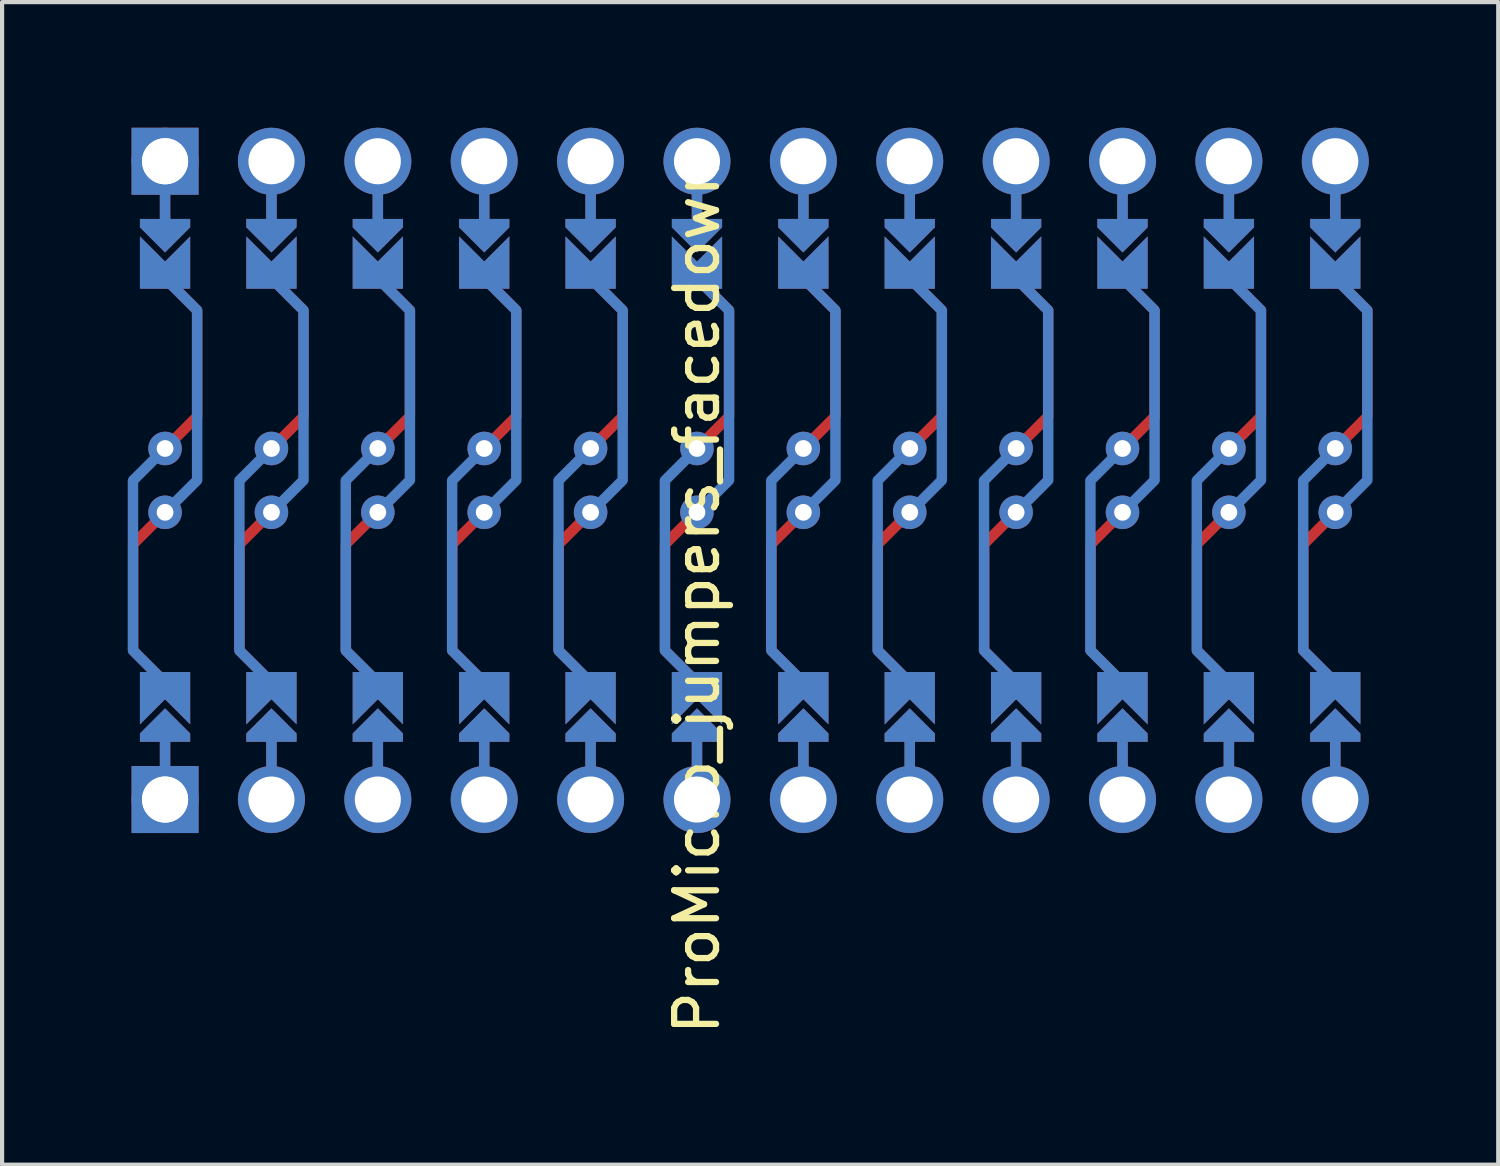
<source format=kicad_pcb>
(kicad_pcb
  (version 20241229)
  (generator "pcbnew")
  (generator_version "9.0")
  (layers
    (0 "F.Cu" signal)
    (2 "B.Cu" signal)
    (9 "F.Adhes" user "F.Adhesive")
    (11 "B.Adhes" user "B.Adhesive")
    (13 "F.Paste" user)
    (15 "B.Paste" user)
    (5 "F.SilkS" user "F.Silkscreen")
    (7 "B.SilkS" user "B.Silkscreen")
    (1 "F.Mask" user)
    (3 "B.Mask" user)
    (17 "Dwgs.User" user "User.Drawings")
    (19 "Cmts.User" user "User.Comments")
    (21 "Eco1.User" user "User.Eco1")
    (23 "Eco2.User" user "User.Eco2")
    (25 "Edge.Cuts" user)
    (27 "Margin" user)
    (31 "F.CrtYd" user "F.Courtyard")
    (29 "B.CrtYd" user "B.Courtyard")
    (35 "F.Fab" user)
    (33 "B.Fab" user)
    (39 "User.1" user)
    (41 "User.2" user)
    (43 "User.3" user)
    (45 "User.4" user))
  (footprint "ProMicro_jumpers_facedown"
    (layer "F.Cu")
    (at 14.861 8.42)
    (property "Reference" "ProMicro_jumpers_facedown" (at -1.27 2.762 90) (layer "F.SilkS") (effects (font (size 1 1) (thickness 0.15))))
    (attr through_hole)
    (fp_circle (center -13.97 -0.762) (end -13.845 -0.762) (stroke (width 0.25) (type solid)) (fill no) (layer "F.Mask"))
    (fp_circle (center -13.97 0.762) (end -13.845 0.762) (stroke (width 0.25) (type solid)) (fill no) (layer "F.Mask"))
    (fp_circle (center -11.43 -0.762) (end -11.305 -0.762) (stroke (width 0.25) (type solid)) (fill no) (layer "F.Mask"))
    (fp_circle (center -11.43 0.762) (end -11.305 0.762) (stroke (width 0.25) (type solid)) (fill no) (layer "F.Mask"))
    (fp_circle (center -8.89 -0.762) (end -8.765 -0.762) (stroke (width 0.25) (type solid)) (fill no) (layer "F.Mask"))
    (fp_circle (center -8.89 0.762) (end -8.765 0.762) (stroke (width 0.25) (type solid)) (fill no) (layer "F.Mask"))
    (fp_circle (center -6.35 -0.762) (end -6.225 -0.762) (stroke (width 0.25) (type solid)) (fill no) (layer "F.Mask"))
    (fp_circle (center -6.35 0.762) (end -6.225 0.762) (stroke (width 0.25) (type solid)) (fill no) (layer "F.Mask"))
    (fp_circle (center -3.81 -0.762) (end -3.685 -0.762) (stroke (width 0.25) (type solid)) (fill no) (layer "F.Mask"))
    (fp_circle (center -3.81 0.762) (end -3.685 0.762) (stroke (width 0.25) (type solid)) (fill no) (layer "F.Mask"))
    (fp_circle (center -1.27 -0.762) (end -1.145 -0.762) (stroke (width 0.25) (type solid)) (fill no) (layer "F.Mask"))
    (fp_circle (center -1.27 0.762) (end -1.145 0.762) (stroke (width 0.25) (type solid)) (fill no) (layer "F.Mask"))
    (fp_circle (center 1.27 -0.762) (end 1.395 -0.762) (stroke (width 0.25) (type solid)) (fill no) (layer "F.Mask"))
    (fp_circle (center 1.27 0.762) (end 1.395 0.762) (stroke (width 0.25) (type solid)) (fill no) (layer "F.Mask"))
    (fp_circle (center 3.81 -0.762) (end 3.935 -0.762) (stroke (width 0.25) (type solid)) (fill no) (layer "F.Mask"))
    (fp_circle (center 3.81 0.762) (end 3.935 0.762) (stroke (width 0.25) (type solid)) (fill no) (layer "F.Mask"))
    (fp_circle (center 6.35 -0.762) (end 6.475 -0.762) (stroke (width 0.25) (type solid)) (fill no) (layer "F.Mask"))
    (fp_circle (center 6.35 0.762) (end 6.475 0.762) (stroke (width 0.25) (type solid)) (fill no) (layer "F.Mask"))
    (fp_circle (center 8.89 -0.762) (end 9.015 -0.762) (stroke (width 0.25) (type solid)) (fill no) (layer "F.Mask"))
    (fp_circle (center 8.89 0.762) (end 9.015 0.762) (stroke (width 0.25) (type solid)) (fill no) (layer "F.Mask"))
    (fp_circle (center 11.43 -0.762) (end 11.555 -0.762) (stroke (width 0.25) (type solid)) (fill no) (layer "F.Mask"))
    (fp_circle (center 11.43 0.762) (end 11.555 0.762) (stroke (width 0.25) (type solid)) (fill no) (layer "F.Mask"))
    (fp_circle (center 13.97 -0.762) (end 14.095 -0.762) (stroke (width 0.25) (type solid)) (fill no) (layer "F.Mask"))
    (fp_circle (center 13.97 0.762) (end 14.095 0.762) (stroke (width 0.25) (type solid)) (fill no) (layer "F.Mask"))
    (fp_poly (pts (xy -14.478 5.08) (xy -13.462 5.08) (xy -13.462 6.096) (xy -14.478 6.096)) (stroke (width 0.1) (type solid)) (fill yes) (layer "F.Mask"))
    (fp_poly (pts (xy -13.462 -5.08) (xy -14.478 -5.08) (xy -14.478 -6.096) (xy -13.462 -6.096)) (stroke (width 0.1) (type solid)) (fill yes) (layer "F.Mask"))
    (fp_poly (pts (xy -11.938 5.08) (xy -10.922 5.08) (xy -10.922 6.096) (xy -11.938 6.096)) (stroke (width 0.1) (type solid)) (fill yes) (layer "F.Mask"))
    (fp_poly (pts (xy -10.922 -5.08) (xy -11.938 -5.08) (xy -11.938 -6.096) (xy -10.922 -6.096)) (stroke (width 0.1) (type solid)) (fill yes) (layer "F.Mask"))
    (fp_poly (pts (xy -9.398 5.08) (xy -8.382 5.08) (xy -8.382 6.096) (xy -9.398 6.096)) (stroke (width 0.1) (type solid)) (fill yes) (layer "F.Mask"))
    (fp_poly (pts (xy -8.382 -5.08) (xy -9.398 -5.08) (xy -9.398 -6.096) (xy -8.382 -6.096)) (stroke (width 0.1) (type solid)) (fill yes) (layer "F.Mask"))
    (fp_poly (pts (xy -6.858 5.08) (xy -5.842 5.08) (xy -5.842 6.096) (xy -6.858 6.096)) (stroke (width 0.1) (type solid)) (fill yes) (layer "F.Mask"))
    (fp_poly (pts (xy -5.842 -5.08) (xy -6.858 -5.08) (xy -6.858 -6.096) (xy -5.842 -6.096)) (stroke (width 0.1) (type solid)) (fill yes) (layer "F.Mask"))
    (fp_poly (pts (xy -4.318 5.08) (xy -3.302 5.08) (xy -3.302 6.096) (xy -4.318 6.096)) (stroke (width 0.1) (type solid)) (fill yes) (layer "F.Mask"))
    (fp_poly (pts (xy -3.302 -5.08) (xy -4.318 -5.08) (xy -4.318 -6.096) (xy -3.302 -6.096)) (stroke (width 0.1) (type solid)) (fill yes) (layer "F.Mask"))
    (fp_poly (pts (xy -1.778 5.08) (xy -0.762 5.08) (xy -0.762 6.096) (xy -1.778 6.096)) (stroke (width 0.1) (type solid)) (fill yes) (layer "F.Mask"))
    (fp_poly (pts (xy -0.762 -5.08) (xy -1.778 -5.08) (xy -1.778 -6.096) (xy -0.762 -6.096)) (stroke (width 0.1) (type solid)) (fill yes) (layer "F.Mask"))
    (fp_poly (pts (xy 0.762 5.08) (xy 1.778 5.08) (xy 1.778 6.096) (xy 0.762 6.096)) (stroke (width 0.1) (type solid)) (fill yes) (layer "F.Mask"))
    (fp_poly (pts (xy 1.778 -5.08) (xy 0.762 -5.08) (xy 0.762 -6.096) (xy 1.778 -6.096)) (stroke (width 0.1) (type solid)) (fill yes) (layer "F.Mask"))
    (fp_poly (pts (xy 3.302 5.08) (xy 4.318 5.08) (xy 4.318 6.096) (xy 3.302 6.096)) (stroke (width 0.1) (type solid)) (fill yes) (layer "F.Mask"))
    (fp_poly (pts (xy 4.318 -5.08) (xy 3.302 -5.08) (xy 3.302 -6.096) (xy 4.318 -6.096)) (stroke (width 0.1) (type solid)) (fill yes) (layer "F.Mask"))
    (fp_poly (pts (xy 5.842 5.08) (xy 6.858 5.08) (xy 6.858 6.096) (xy 5.842 6.096)) (stroke (width 0.1) (type solid)) (fill yes) (layer "F.Mask"))
    (fp_poly (pts (xy 6.858 -5.08) (xy 5.842 -5.08) (xy 5.842 -6.096) (xy 6.858 -6.096)) (stroke (width 0.1) (type solid)) (fill yes) (layer "F.Mask"))
    (fp_poly (pts (xy 8.382 5.08) (xy 9.398 5.08) (xy 9.398 6.096) (xy 8.382 6.096)) (stroke (width 0.1) (type solid)) (fill yes) (layer "F.Mask"))
    (fp_poly (pts (xy 9.398 -5.08) (xy 8.382 -5.08) (xy 8.382 -6.096) (xy 9.398 -6.096)) (stroke (width 0.1) (type solid)) (fill yes) (layer "F.Mask"))
    (fp_poly (pts (xy 10.922 5.08) (xy 11.938 5.08) (xy 11.938 6.096) (xy 10.922 6.096)) (stroke (width 0.1) (type solid)) (fill yes) (layer "F.Mask"))
    (fp_poly (pts (xy 11.938 -5.08) (xy 10.922 -5.08) (xy 10.922 -6.096) (xy 11.938 -6.096)) (stroke (width 0.1) (type solid)) (fill yes) (layer "F.Mask"))
    (fp_poly (pts (xy 13.462 5.08) (xy 14.478 5.08) (xy 14.478 6.096) (xy 13.462 6.096)) (stroke (width 0.1) (type solid)) (fill yes) (layer "F.Mask"))
    (fp_poly (pts (xy 14.478 -5.08) (xy 13.462 -5.08) (xy 13.462 -6.096) (xy 14.478 -6.096)) (stroke (width 0.1) (type solid)) (fill yes) (layer "F.Mask"))
    (fp_circle (center -13.97 -0.762) (end -13.845 -0.762) (stroke (width 0.25) (type solid)) (fill no) (layer "B.Mask"))
    (fp_circle (center -13.97 0.762) (end -13.845 0.762) (stroke (width 0.25) (type solid)) (fill no) (layer "B.Mask"))
    (fp_circle (center -11.43 -0.762) (end -11.305 -0.762) (stroke (width 0.25) (type solid)) (fill no) (layer "B.Mask"))
    (fp_circle (center -11.43 0.762) (end -11.305 0.762) (stroke (width 0.25) (type solid)) (fill no) (layer "B.Mask"))
    (fp_circle (center -8.89 -0.762) (end -8.765 -0.762) (stroke (width 0.25) (type solid)) (fill no) (layer "B.Mask"))
    (fp_circle (center -8.89 0.762) (end -8.765 0.762) (stroke (width 0.25) (type solid)) (fill no) (layer "B.Mask"))
    (fp_circle (center -6.35 -0.762) (end -6.225 -0.762) (stroke (width 0.25) (type solid)) (fill no) (layer "B.Mask"))
    (fp_circle (center -6.35 0.762) (end -6.225 0.762) (stroke (width 0.25) (type solid)) (fill no) (layer "B.Mask"))
    (fp_circle (center -3.81 -0.762) (end -3.685 -0.762) (stroke (width 0.25) (type solid)) (fill no) (layer "B.Mask"))
    (fp_circle (center -3.81 0.762) (end -3.685 0.762) (stroke (width 0.25) (type solid)) (fill no) (layer "B.Mask"))
    (fp_circle (center -1.27 -0.762) (end -1.145 -0.762) (stroke (width 0.25) (type solid)) (fill no) (layer "B.Mask"))
    (fp_circle (center -1.27 0.762) (end -1.145 0.762) (stroke (width 0.25) (type solid)) (fill no) (layer "B.Mask"))
    (fp_circle (center 1.27 -0.762) (end 1.395 -0.762) (stroke (width 0.25) (type solid)) (fill no) (layer "B.Mask"))
    (fp_circle (center 1.27 0.762) (end 1.395 0.762) (stroke (width 0.25) (type solid)) (fill no) (layer "B.Mask"))
    (fp_circle (center 3.81 -0.762) (end 3.935 -0.762) (stroke (width 0.25) (type solid)) (fill no) (layer "B.Mask"))
    (fp_circle (center 3.81 0.762) (end 3.935 0.762) (stroke (width 0.25) (type solid)) (fill no) (layer "B.Mask"))
    (fp_circle (center 6.35 -0.762) (end 6.475 -0.762) (stroke (width 0.25) (type solid)) (fill no) (layer "B.Mask"))
    (fp_circle (center 6.35 0.762) (end 6.475 0.762) (stroke (width 0.25) (type solid)) (fill no) (layer "B.Mask"))
    (fp_circle (center 8.89 -0.762) (end 9.015 -0.762) (stroke (width 0.25) (type solid)) (fill no) (layer "B.Mask"))
    (fp_circle (center 8.89 0.762) (end 9.015 0.762) (stroke (width 0.25) (type solid)) (fill no) (layer "B.Mask"))
    (fp_circle (center 11.43 -0.762) (end 11.555 -0.762) (stroke (width 0.25) (type solid)) (fill no) (layer "B.Mask"))
    (fp_circle (center 11.43 0.762) (end 11.555 0.762) (stroke (width 0.25) (type solid)) (fill no) (layer "B.Mask"))
    (fp_circle (center 13.97 -0.762) (end 14.095 -0.762) (stroke (width 0.25) (type solid)) (fill no) (layer "B.Mask"))
    (fp_circle (center 13.97 0.762) (end 14.095 0.762) (stroke (width 0.25) (type solid)) (fill no) (layer "B.Mask"))
    (fp_poly (pts (xy -14.478 5.08) (xy -13.462 5.08) (xy -13.462 6.096) (xy -14.478 6.096)) (stroke (width 0.1) (type solid)) (fill yes) (layer "B.Mask"))
    (fp_poly (pts (xy -13.462 -5.08) (xy -14.478 -5.08) (xy -14.478 -6.096) (xy -13.462 -6.096)) (stroke (width 0.1) (type solid)) (fill yes) (layer "B.Mask"))
    (fp_poly (pts (xy -11.938 5.08) (xy -10.922 5.08) (xy -10.922 6.096) (xy -11.938 6.096)) (stroke (width 0.1) (type solid)) (fill yes) (layer "B.Mask"))
    (fp_poly (pts (xy -10.922 -5.08) (xy -11.938 -5.08) (xy -11.938 -6.096) (xy -10.922 -6.096)) (stroke (width 0.1) (type solid)) (fill yes) (layer "B.Mask"))
    (fp_poly (pts (xy -9.398 5.08) (xy -8.382 5.08) (xy -8.382 6.096) (xy -9.398 6.096)) (stroke (width 0.1) (type solid)) (fill yes) (layer "B.Mask"))
    (fp_poly (pts (xy -8.382 -5.08) (xy -9.398 -5.08) (xy -9.398 -6.096) (xy -8.382 -6.096)) (stroke (width 0.1) (type solid)) (fill yes) (layer "B.Mask"))
    (fp_poly (pts (xy -6.858 5.08) (xy -5.842 5.08) (xy -5.842 6.096) (xy -6.858 6.096)) (stroke (width 0.1) (type solid)) (fill yes) (layer "B.Mask"))
    (fp_poly (pts (xy -5.842 -5.08) (xy -6.858 -5.08) (xy -6.858 -6.096) (xy -5.842 -6.096)) (stroke (width 0.1) (type solid)) (fill yes) (layer "B.Mask"))
    (fp_poly (pts (xy -4.318 5.08) (xy -3.302 5.08) (xy -3.302 6.096) (xy -4.318 6.096)) (stroke (width 0.1) (type solid)) (fill yes) (layer "B.Mask"))
    (fp_poly (pts (xy -3.302 -5.08) (xy -4.318 -5.08) (xy -4.318 -6.096) (xy -3.302 -6.096)) (stroke (width 0.1) (type solid)) (fill yes) (layer "B.Mask"))
    (fp_poly (pts (xy -1.778 5.08) (xy -0.762 5.08) (xy -0.762 6.096) (xy -1.778 6.096)) (stroke (width 0.1) (type solid)) (fill yes) (layer "B.Mask"))
    (fp_poly (pts (xy -0.762 -5.08) (xy -1.778 -5.08) (xy -1.778 -6.096) (xy -0.762 -6.096)) (stroke (width 0.1) (type solid)) (fill yes) (layer "B.Mask"))
    (fp_poly (pts (xy 0.762 5.08) (xy 1.778 5.08) (xy 1.778 6.096) (xy 0.762 6.096)) (stroke (width 0.1) (type solid)) (fill yes) (layer "B.Mask"))
    (fp_poly (pts (xy 1.778 -5.08) (xy 0.762 -5.08) (xy 0.762 -6.096) (xy 1.778 -6.096)) (stroke (width 0.1) (type solid)) (fill yes) (layer "B.Mask"))
    (fp_poly (pts (xy 3.302 5.08) (xy 4.318 5.08) (xy 4.318 6.096) (xy 3.302 6.096)) (stroke (width 0.1) (type solid)) (fill yes) (layer "B.Mask"))
    (fp_poly (pts (xy 4.318 -5.08) (xy 3.302 -5.08) (xy 3.302 -6.096) (xy 4.318 -6.096)) (stroke (width 0.1) (type solid)) (fill yes) (layer "B.Mask"))
    (fp_poly (pts (xy 5.842 5.08) (xy 6.858 5.08) (xy 6.858 6.096) (xy 5.842 6.096)) (stroke (width 0.1) (type solid)) (fill yes) (layer "B.Mask"))
    (fp_poly (pts (xy 6.858 -5.08) (xy 5.842 -5.08) (xy 5.842 -6.096) (xy 6.858 -6.096)) (stroke (width 0.1) (type solid)) (fill yes) (layer "B.Mask"))
    (fp_poly (pts (xy 8.382 5.08) (xy 9.398 5.08) (xy 9.398 6.096) (xy 8.382 6.096)) (stroke (width 0.1) (type solid)) (fill yes) (layer "B.Mask"))
    (fp_poly (pts (xy 9.398 -5.08) (xy 8.382 -5.08) (xy 8.382 -6.096) (xy 9.398 -6.096)) (stroke (width 0.1) (type solid)) (fill yes) (layer "B.Mask"))
    (fp_poly (pts (xy 10.922 5.08) (xy 11.938 5.08) (xy 11.938 6.096) (xy 10.922 6.096)) (stroke (width 0.1) (type solid)) (fill yes) (layer "B.Mask"))
    (fp_poly (pts (xy 11.938 -5.08) (xy 10.922 -5.08) (xy 10.922 -6.096) (xy 11.938 -6.096)) (stroke (width 0.1) (type solid)) (fill yes) (layer "B.Mask"))
    (fp_poly (pts (xy 13.462 5.08) (xy 14.478 5.08) (xy 14.478 6.096) (xy 13.462 6.096)) (stroke (width 0.1) (type solid)) (fill yes) (layer "B.Mask"))
    (fp_poly (pts (xy 14.478 -5.08) (xy 13.462 -5.08) (xy 13.462 -6.096) (xy 14.478 -6.096)) (stroke (width 0.1) (type solid)) (fill yes) (layer "B.Mask"))
    (pad "" thru_hole circle (at -13.97 -7.62) (size 1.6 1.6) (drill 1.1) (layers "*.Cu" "*.Mask"))
    (pad "" thru_hole rect (at -13.97 -7.62) (size 1.6 1.6) (drill 1.1) (layers "B.Cu" "B.Mask"))
    (pad "" smd custom (at -13.97 -6.35) (size 0.25 1) (layers "F.Cu") (options (anchor rect)) (primitives))
    (pad "" smd custom (at -13.97 -6.35) (size 0.25 1) (layers "B.Cu") (options (anchor rect)) (primitives))
    (pad "" smd custom (at -13.97 -5.842) (size 0.1 0.1) (layers "F.Cu" "F.Mask") (options (anchor rect)) (primitives (gr_poly (pts (xy 0.6 -0.4) (xy -0.6 -0.4) (xy -0.6 -0.2) (xy 0 0.4) (xy 0.6 -0.2)) (width 0) (fill yes))))
    (pad "" smd custom (at -13.97 -5.842) (size 0.1 0.1) (layers "B.Cu" "B.Mask") (options (anchor rect)) (primitives (gr_poly (pts (xy 0.6 -0.4) (xy -0.6 -0.4) (xy -0.6 -0.2) (xy 0 0.4) (xy 0.6 -0.2)) (width 0) (fill yes))))
    (pad "" smd custom (at -13.97 5.842 180) (size 0.1 0.1) (layers "F.Cu" "F.Mask") (options (anchor rect)) (primitives (gr_poly (pts (xy 0.6 -0.4) (xy -0.6 -0.4) (xy -0.6 -0.2) (xy 0 0.4) (xy 0.6 -0.2)) (width 0) (fill yes))))
    (pad "" smd custom (at -13.97 5.842 180) (size 0.1 0.1) (layers "B.Cu" "B.Mask") (options (anchor rect)) (primitives (gr_poly (pts (xy 0.6 -0.4) (xy -0.6 -0.4) (xy -0.6 -0.2) (xy 0 0.4) (xy 0.6 -0.2)) (width 0) (fill yes))))
    (pad "" smd custom (at -13.97 6.35 180) (size 0.25 1) (layers "F.Cu") (options (anchor rect)) (primitives))
    (pad "" smd custom (at -13.97 6.35 180) (size 0.25 1) (layers "B.Cu") (options (anchor rect)) (primitives))
    (pad "" thru_hole circle (at -13.97 7.62) (size 1.6 1.6) (drill 1.1) (layers "*.Cu" "*.Mask"))
    (pad "" thru_hole rect (at -13.97 7.62) (size 1.6 1.6) (drill 1.1) (layers "F.Cu" "F.Mask"))
    (pad "" thru_hole circle (at -11.43 -7.62) (size 1.6 1.6) (drill 1.1) (layers "*.Cu" "*.Mask"))
    (pad "" smd custom (at -11.43 -6.35) (size 0.25 1) (layers "F.Cu") (options (anchor rect)) (primitives))
    (pad "" smd custom (at -11.43 -6.35) (size 0.25 1) (layers "B.Cu") (options (anchor rect)) (primitives))
    (pad "" smd custom (at -11.43 -5.842) (size 0.1 0.1) (layers "F.Cu" "F.Mask") (options (anchor rect)) (primitives (gr_poly (pts (xy 0.6 -0.4) (xy -0.6 -0.4) (xy -0.6 -0.2) (xy 0 0.4) (xy 0.6 -0.2)) (width 0) (fill yes))))
    (pad "" smd custom (at -11.43 -5.842) (size 0.1 0.1) (layers "B.Cu" "B.Mask") (options (anchor rect)) (primitives (gr_poly (pts (xy 0.6 -0.4) (xy -0.6 -0.4) (xy -0.6 -0.2) (xy 0 0.4) (xy 0.6 -0.2)) (width 0) (fill yes))))
    (pad "" smd custom (at -11.43 5.842 180) (size 0.1 0.1) (layers "F.Cu" "F.Mask") (options (anchor rect)) (primitives (gr_poly (pts (xy 0.6 -0.4) (xy -0.6 -0.4) (xy -0.6 -0.2) (xy 0 0.4) (xy 0.6 -0.2)) (width 0) (fill yes))))
    (pad "" smd custom (at -11.43 5.842 180) (size 0.1 0.1) (layers "B.Cu" "B.Mask") (options (anchor rect)) (primitives (gr_poly (pts (xy 0.6 -0.4) (xy -0.6 -0.4) (xy -0.6 -0.2) (xy 0 0.4) (xy 0.6 -0.2)) (width 0) (fill yes))))
    (pad "" smd custom (at -11.43 6.35 180) (size 0.25 1) (layers "F.Cu") (options (anchor rect)) (primitives))
    (pad "" smd custom (at -11.43 6.35 180) (size 0.25 1) (layers "B.Cu") (options (anchor rect)) (primitives))
    (pad "" thru_hole circle (at -11.43 7.62) (size 1.6 1.6) (drill 1.1) (layers "*.Cu" "*.Mask"))
    (pad "" thru_hole circle (at -8.89 -7.62) (size 1.6 1.6) (drill 1.1) (layers "*.Cu" "*.Mask"))
    (pad "" smd custom (at -8.89 -6.35) (size 0.25 1) (layers "F.Cu") (options (anchor rect)) (primitives))
    (pad "" smd custom (at -8.89 -6.35) (size 0.25 1) (layers "B.Cu") (options (anchor rect)) (primitives))
    (pad "" smd custom (at -8.89 -5.842) (size 0.1 0.1) (layers "F.Cu" "F.Mask") (options (anchor rect)) (primitives (gr_poly (pts (xy 0.6 -0.4) (xy -0.6 -0.4) (xy -0.6 -0.2) (xy 0 0.4) (xy 0.6 -0.2)) (width 0) (fill yes))))
    (pad "" smd custom (at -8.89 -5.842) (size 0.1 0.1) (layers "B.Cu" "B.Mask") (options (anchor rect)) (primitives (gr_poly (pts (xy 0.6 -0.4) (xy -0.6 -0.4) (xy -0.6 -0.2) (xy 0 0.4) (xy 0.6 -0.2)) (width 0) (fill yes))))
    (pad "" smd custom (at -8.89 5.842 180) (size 0.1 0.1) (layers "F.Cu" "F.Mask") (options (anchor rect)) (primitives (gr_poly (pts (xy 0.6 -0.4) (xy -0.6 -0.4) (xy -0.6 -0.2) (xy 0 0.4) (xy 0.6 -0.2)) (width 0) (fill yes))))
    (pad "" smd custom (at -8.89 5.842 180) (size 0.1 0.1) (layers "B.Cu" "B.Mask") (options (anchor rect)) (primitives (gr_poly (pts (xy 0.6 -0.4) (xy -0.6 -0.4) (xy -0.6 -0.2) (xy 0 0.4) (xy 0.6 -0.2)) (width 0) (fill yes))))
    (pad "" smd custom (at -8.89 6.35 180) (size 0.25 1) (layers "F.Cu") (options (anchor rect)) (primitives))
    (pad "" smd custom (at -8.89 6.35 180) (size 0.25 1) (layers "B.Cu") (options (anchor rect)) (primitives))
    (pad "" thru_hole circle (at -8.89 7.62) (size 1.6 1.6) (drill 1.1) (layers "*.Cu" "*.Mask"))
    (pad "" thru_hole circle (at -6.35 -7.62) (size 1.6 1.6) (drill 1.1) (layers "*.Cu" "*.Mask"))
    (pad "" smd custom (at -6.35 -6.35) (size 0.25 1) (layers "F.Cu") (options (anchor rect)) (primitives))
    (pad "" smd custom (at -6.35 -6.35) (size 0.25 1) (layers "B.Cu") (options (anchor rect)) (primitives))
    (pad "" smd custom (at -6.35 -5.842) (size 0.1 0.1) (layers "F.Cu" "F.Mask") (options (anchor rect)) (primitives (gr_poly (pts (xy 0.6 -0.4) (xy -0.6 -0.4) (xy -0.6 -0.2) (xy 0 0.4) (xy 0.6 -0.2)) (width 0) (fill yes))))
    (pad "" smd custom (at -6.35 -5.842) (size 0.1 0.1) (layers "B.Cu" "B.Mask") (options (anchor rect)) (primitives (gr_poly (pts (xy 0.6 -0.4) (xy -0.6 -0.4) (xy -0.6 -0.2) (xy 0 0.4) (xy 0.6 -0.2)) (width 0) (fill yes))))
    (pad "" smd custom (at -6.35 5.842 180) (size 0.1 0.1) (layers "F.Cu" "F.Mask") (options (anchor rect)) (primitives (gr_poly (pts (xy 0.6 -0.4) (xy -0.6 -0.4) (xy -0.6 -0.2) (xy 0 0.4) (xy 0.6 -0.2)) (width 0) (fill yes))))
    (pad "" smd custom (at -6.35 5.842 180) (size 0.1 0.1) (layers "B.Cu" "B.Mask") (options (anchor rect)) (primitives (gr_poly (pts (xy 0.6 -0.4) (xy -0.6 -0.4) (xy -0.6 -0.2) (xy 0 0.4) (xy 0.6 -0.2)) (width 0) (fill yes))))
    (pad "" smd custom (at -6.35 6.35 180) (size 0.25 1) (layers "F.Cu") (options (anchor rect)) (primitives))
    (pad "" smd custom (at -6.35 6.35 180) (size 0.25 1) (layers "B.Cu") (options (anchor rect)) (primitives))
    (pad "" thru_hole circle (at -6.35 7.62) (size 1.6 1.6) (drill 1.1) (layers "*.Cu" "*.Mask"))
    (pad "" thru_hole circle (at -3.81 -7.62) (size 1.6 1.6) (drill 1.1) (layers "*.Cu" "*.Mask"))
    (pad "" smd custom (at -3.81 -6.35) (size 0.25 1) (layers "F.Cu") (options (anchor rect)) (primitives))
    (pad "" smd custom (at -3.81 -6.35) (size 0.25 1) (layers "B.Cu") (options (anchor rect)) (primitives))
    (pad "" smd custom (at -3.81 -5.842) (size 0.1 0.1) (layers "F.Cu" "F.Mask") (options (anchor rect)) (primitives (gr_poly (pts (xy 0.6 -0.4) (xy -0.6 -0.4) (xy -0.6 -0.2) (xy 0 0.4) (xy 0.6 -0.2)) (width 0) (fill yes))))
    (pad "" smd custom (at -3.81 -5.842) (size 0.1 0.1) (layers "B.Cu" "B.Mask") (options (anchor rect)) (primitives (gr_poly (pts (xy 0.6 -0.4) (xy -0.6 -0.4) (xy -0.6 -0.2) (xy 0 0.4) (xy 0.6 -0.2)) (width 0) (fill yes))))
    (pad "" smd custom (at -3.81 5.842 180) (size 0.1 0.1) (layers "F.Cu" "F.Mask") (options (anchor rect)) (primitives (gr_poly (pts (xy 0.6 -0.4) (xy -0.6 -0.4) (xy -0.6 -0.2) (xy 0 0.4) (xy 0.6 -0.2)) (width 0) (fill yes))))
    (pad "" smd custom (at -3.81 5.842 180) (size 0.1 0.1) (layers "B.Cu" "B.Mask") (options (anchor rect)) (primitives (gr_poly (pts (xy 0.6 -0.4) (xy -0.6 -0.4) (xy -0.6 -0.2) (xy 0 0.4) (xy 0.6 -0.2)) (width 0) (fill yes))))
    (pad "" smd custom (at -3.81 6.35 180) (size 0.25 1) (layers "F.Cu") (options (anchor rect)) (primitives))
    (pad "" smd custom (at -3.81 6.35 180) (size 0.25 1) (layers "B.Cu") (options (anchor rect)) (primitives))
    (pad "" thru_hole circle (at -3.81 7.62) (size 1.6 1.6) (drill 1.1) (layers "*.Cu" "*.Mask"))
    (pad "" thru_hole circle (at -1.27 -7.62) (size 1.6 1.6) (drill 1.1) (layers "*.Cu" "*.Mask"))
    (pad "" smd custom (at -1.27 -6.35) (size 0.25 1) (layers "F.Cu") (options (anchor rect)) (primitives))
    (pad "" smd custom (at -1.27 -6.35) (size 0.25 1) (layers "B.Cu") (options (anchor rect)) (primitives))
    (pad "" smd custom (at -1.27 -5.842) (size 0.1 0.1) (layers "F.Cu" "F.Mask") (options (anchor rect)) (primitives (gr_poly (pts (xy 0.6 -0.4) (xy -0.6 -0.4) (xy -0.6 -0.2) (xy 0 0.4) (xy 0.6 -0.2)) (width 0) (fill yes))))
    (pad "" smd custom (at -1.27 -5.842) (size 0.1 0.1) (layers "B.Cu" "B.Mask") (options (anchor rect)) (primitives (gr_poly (pts (xy 0.6 -0.4) (xy -0.6 -0.4) (xy -0.6 -0.2) (xy 0 0.4) (xy 0.6 -0.2)) (width 0) (fill yes))))
    (pad "" smd custom (at -1.27 5.842 180) (size 0.1 0.1) (layers "F.Cu" "F.Mask") (options (anchor rect)) (primitives (gr_poly (pts (xy 0.6 -0.4) (xy -0.6 -0.4) (xy -0.6 -0.2) (xy 0 0.4) (xy 0.6 -0.2)) (width 0) (fill yes))))
    (pad "" smd custom (at -1.27 5.842 180) (size 0.1 0.1) (layers "B.Cu" "B.Mask") (options (anchor rect)) (primitives (gr_poly (pts (xy 0.6 -0.4) (xy -0.6 -0.4) (xy -0.6 -0.2) (xy 0 0.4) (xy 0.6 -0.2)) (width 0) (fill yes))))
    (pad "" smd custom (at -1.27 6.35 180) (size 0.25 1) (layers "F.Cu") (options (anchor rect)) (primitives))
    (pad "" smd custom (at -1.27 6.35 180) (size 0.25 1) (layers "B.Cu") (options (anchor rect)) (primitives))
    (pad "" thru_hole circle (at -1.27 7.62) (size 1.6 1.6) (drill 1.1) (layers "*.Cu" "*.Mask"))
    (pad "" thru_hole circle (at 1.27 -7.62) (size 1.6 1.6) (drill 1.1) (layers "*.Cu" "*.Mask"))
    (pad "" smd custom (at 1.27 -6.35) (size 0.25 1) (layers "F.Cu") (options (anchor rect)) (primitives))
    (pad "" smd custom (at 1.27 -6.35) (size 0.25 1) (layers "B.Cu") (options (anchor rect)) (primitives))
    (pad "" smd custom (at 1.27 -5.842) (size 0.1 0.1) (layers "F.Cu" "F.Mask") (options (anchor rect)) (primitives (gr_poly (pts (xy 0.6 -0.4) (xy -0.6 -0.4) (xy -0.6 -0.2) (xy 0 0.4) (xy 0.6 -0.2)) (width 0) (fill yes))))
    (pad "" smd custom (at 1.27 -5.842) (size 0.1 0.1) (layers "B.Cu" "B.Mask") (options (anchor rect)) (primitives (gr_poly (pts (xy 0.6 -0.4) (xy -0.6 -0.4) (xy -0.6 -0.2) (xy 0 0.4) (xy 0.6 -0.2)) (width 0) (fill yes))))
    (pad "" smd custom (at 1.27 5.842 180) (size 0.1 0.1) (layers "F.Cu" "F.Mask") (options (anchor rect)) (primitives (gr_poly (pts (xy 0.6 -0.4) (xy -0.6 -0.4) (xy -0.6 -0.2) (xy 0 0.4) (xy 0.6 -0.2)) (width 0) (fill yes))))
    (pad "" smd custom (at 1.27 5.842 180) (size 0.1 0.1) (layers "B.Cu" "B.Mask") (options (anchor rect)) (primitives (gr_poly (pts (xy 0.6 -0.4) (xy -0.6 -0.4) (xy -0.6 -0.2) (xy 0 0.4) (xy 0.6 -0.2)) (width 0) (fill yes))))
    (pad "" smd custom (at 1.27 6.35 180) (size 0.25 1) (layers "F.Cu") (options (anchor rect)) (primitives))
    (pad "" smd custom (at 1.27 6.35 180) (size 0.25 1) (layers "B.Cu") (options (anchor rect)) (primitives))
    (pad "" thru_hole circle (at 1.27 7.62) (size 1.6 1.6) (drill 1.1) (layers "*.Cu" "*.Mask"))
    (pad "" thru_hole circle (at 3.81 -7.62) (size 1.6 1.6) (drill 1.1) (layers "*.Cu" "*.Mask"))
    (pad "" smd custom (at 3.81 -6.35) (size 0.25 1) (layers "F.Cu") (options (anchor rect)) (primitives))
    (pad "" smd custom (at 3.81 -6.35) (size 0.25 1) (layers "B.Cu") (options (anchor rect)) (primitives))
    (pad "" smd custom (at 3.81 -5.842) (size 0.1 0.1) (layers "F.Cu" "F.Mask") (options (anchor rect)) (primitives (gr_poly (pts (xy 0.6 -0.4) (xy -0.6 -0.4) (xy -0.6 -0.2) (xy 0 0.4) (xy 0.6 -0.2)) (width 0) (fill yes))))
    (pad "" smd custom (at 3.81 -5.842) (size 0.1 0.1) (layers "B.Cu" "B.Mask") (options (anchor rect)) (primitives (gr_poly (pts (xy 0.6 -0.4) (xy -0.6 -0.4) (xy -0.6 -0.2) (xy 0 0.4) (xy 0.6 -0.2)) (width 0) (fill yes))))
    (pad "" smd custom (at 3.81 5.842 180) (size 0.1 0.1) (layers "F.Cu" "F.Mask") (options (anchor rect)) (primitives (gr_poly (pts (xy 0.6 -0.4) (xy -0.6 -0.4) (xy -0.6 -0.2) (xy 0 0.4) (xy 0.6 -0.2)) (width 0) (fill yes))))
    (pad "" smd custom (at 3.81 5.842 180) (size 0.1 0.1) (layers "B.Cu" "B.Mask") (options (anchor rect)) (primitives (gr_poly (pts (xy 0.6 -0.4) (xy -0.6 -0.4) (xy -0.6 -0.2) (xy 0 0.4) (xy 0.6 -0.2)) (width 0) (fill yes))))
    (pad "" smd custom (at 3.81 6.35 180) (size 0.25 1) (layers "F.Cu") (options (anchor rect)) (primitives))
    (pad "" smd custom (at 3.81 6.35 180) (size 0.25 1) (layers "B.Cu") (options (anchor rect)) (primitives))
    (pad "" thru_hole circle (at 3.81 7.62) (size 1.6 1.6) (drill 1.1) (layers "*.Cu" "*.Mask"))
    (pad "" thru_hole circle (at 6.35 -7.62) (size 1.6 1.6) (drill 1.1) (layers "*.Cu" "*.Mask"))
    (pad "" smd custom (at 6.35 -6.35) (size 0.25 1) (layers "F.Cu") (options (anchor rect)) (primitives))
    (pad "" smd custom (at 6.35 -6.35) (size 0.25 1) (layers "B.Cu") (options (anchor rect)) (primitives))
    (pad "" smd custom (at 6.35 -5.842) (size 0.1 0.1) (layers "F.Cu" "F.Mask") (options (anchor rect)) (primitives (gr_poly (pts (xy 0.6 -0.4) (xy -0.6 -0.4) (xy -0.6 -0.2) (xy 0 0.4) (xy 0.6 -0.2)) (width 0) (fill yes))))
    (pad "" smd custom (at 6.35 -5.842) (size 0.1 0.1) (layers "B.Cu" "B.Mask") (options (anchor rect)) (primitives (gr_poly (pts (xy 0.6 -0.4) (xy -0.6 -0.4) (xy -0.6 -0.2) (xy 0 0.4) (xy 0.6 -0.2)) (width 0) (fill yes))))
    (pad "" smd custom (at 6.35 5.842 180) (size 0.1 0.1) (layers "F.Cu" "F.Mask") (options (anchor rect)) (primitives (gr_poly (pts (xy 0.6 -0.4) (xy -0.6 -0.4) (xy -0.6 -0.2) (xy 0 0.4) (xy 0.6 -0.2)) (width 0) (fill yes))))
    (pad "" smd custom (at 6.35 5.842 180) (size 0.1 0.1) (layers "B.Cu" "B.Mask") (options (anchor rect)) (primitives (gr_poly (pts (xy 0.6 -0.4) (xy -0.6 -0.4) (xy -0.6 -0.2) (xy 0 0.4) (xy 0.6 -0.2)) (width 0) (fill yes))))
    (pad "" smd custom (at 6.35 6.35 180) (size 0.25 1) (layers "F.Cu") (options (anchor rect)) (primitives))
    (pad "" smd custom (at 6.35 6.35 180) (size 0.25 1) (layers "B.Cu") (options (anchor rect)) (primitives))
    (pad "" thru_hole circle (at 6.35 7.62) (size 1.6 1.6) (drill 1.1) (layers "*.Cu" "*.Mask"))
    (pad "" thru_hole circle (at 8.89 -7.62) (size 1.6 1.6) (drill 1.1) (layers "*.Cu" "*.Mask"))
    (pad "" smd custom (at 8.89 -6.35) (size 0.25 1) (layers "F.Cu") (options (anchor rect)) (primitives))
    (pad "" smd custom (at 8.89 -6.35) (size 0.25 1) (layers "B.Cu") (options (anchor rect)) (primitives))
    (pad "" smd custom (at 8.89 -5.842) (size 0.1 0.1) (layers "F.Cu" "F.Mask") (options (anchor rect)) (primitives (gr_poly (pts (xy 0.6 -0.4) (xy -0.6 -0.4) (xy -0.6 -0.2) (xy 0 0.4) (xy 0.6 -0.2)) (width 0) (fill yes))))
    (pad "" smd custom (at 8.89 -5.842) (size 0.1 0.1) (layers "B.Cu" "B.Mask") (options (anchor rect)) (primitives (gr_poly (pts (xy 0.6 -0.4) (xy -0.6 -0.4) (xy -0.6 -0.2) (xy 0 0.4) (xy 0.6 -0.2)) (width 0) (fill yes))))
    (pad "" smd custom (at 8.89 5.842 180) (size 0.1 0.1) (layers "F.Cu" "F.Mask") (options (anchor rect)) (primitives (gr_poly (pts (xy 0.6 -0.4) (xy -0.6 -0.4) (xy -0.6 -0.2) (xy 0 0.4) (xy 0.6 -0.2)) (width 0) (fill yes))))
    (pad "" smd custom (at 8.89 5.842 180) (size 0.1 0.1) (layers "B.Cu" "B.Mask") (options (anchor rect)) (primitives (gr_poly (pts (xy 0.6 -0.4) (xy -0.6 -0.4) (xy -0.6 -0.2) (xy 0 0.4) (xy 0.6 -0.2)) (width 0) (fill yes))))
    (pad "" smd custom (at 8.89 6.35 180) (size 0.25 1) (layers "F.Cu") (options (anchor rect)) (primitives))
    (pad "" smd custom (at 8.89 6.35 180) (size 0.25 1) (layers "B.Cu") (options (anchor rect)) (primitives))
    (pad "" thru_hole circle (at 8.89 7.62) (size 1.6 1.6) (drill 1.1) (layers "*.Cu" "*.Mask"))
    (pad "" thru_hole circle (at 11.43 -7.62) (size 1.6 1.6) (drill 1.1) (layers "*.Cu" "*.Mask"))
    (pad "" smd custom (at 11.43 -6.35) (size 0.25 1) (layers "F.Cu") (options (anchor rect)) (primitives))
    (pad "" smd custom (at 11.43 -6.35) (size 0.25 1) (layers "B.Cu") (options (anchor rect)) (primitives))
    (pad "" smd custom (at 11.43 -5.842) (size 0.1 0.1) (layers "F.Cu" "F.Mask") (options (anchor rect)) (primitives (gr_poly (pts (xy 0.6 -0.4) (xy -0.6 -0.4) (xy -0.6 -0.2) (xy 0 0.4) (xy 0.6 -0.2)) (width 0) (fill yes))))
    (pad "" smd custom (at 11.43 -5.842) (size 0.1 0.1) (layers "B.Cu" "B.Mask") (options (anchor rect)) (primitives (gr_poly (pts (xy 0.6 -0.4) (xy -0.6 -0.4) (xy -0.6 -0.2) (xy 0 0.4) (xy 0.6 -0.2)) (width 0) (fill yes))))
    (pad "" smd custom (at 11.43 5.842 180) (size 0.1 0.1) (layers "F.Cu" "F.Mask") (options (anchor rect)) (primitives (gr_poly (pts (xy 0.6 -0.4) (xy -0.6 -0.4) (xy -0.6 -0.2) (xy 0 0.4) (xy 0.6 -0.2)) (width 0) (fill yes))))
    (pad "" smd custom (at 11.43 5.842 180) (size 0.1 0.1) (layers "B.Cu" "B.Mask") (options (anchor rect)) (primitives (gr_poly (pts (xy 0.6 -0.4) (xy -0.6 -0.4) (xy -0.6 -0.2) (xy 0 0.4) (xy 0.6 -0.2)) (width 0) (fill yes))))
    (pad "" smd custom (at 11.43 6.35 180) (size 0.25 1) (layers "F.Cu") (options (anchor rect)) (primitives))
    (pad "" smd custom (at 11.43 6.35 180) (size 0.25 1) (layers "B.Cu") (options (anchor rect)) (primitives))
    (pad "" thru_hole circle (at 11.43 7.62) (size 1.6 1.6) (drill 1.1) (layers "*.Cu" "*.Mask"))
    (pad "" thru_hole circle (at 13.97 -7.62) (size 1.6 1.6) (drill 1.1) (layers "*.Cu" "*.Mask"))
    (pad "" smd custom (at 13.97 -6.35) (size 0.25 1) (layers "F.Cu") (options (anchor rect)) (primitives))
    (pad "" smd custom (at 13.97 -6.35) (size 0.25 1) (layers "B.Cu") (options (anchor rect)) (primitives))
    (pad "" smd custom (at 13.97 -5.842) (size 0.1 0.1) (layers "F.Cu" "F.Mask") (options (anchor rect)) (primitives (gr_poly (pts (xy 0.6 -0.4) (xy -0.6 -0.4) (xy -0.6 -0.2) (xy 0 0.4) (xy 0.6 -0.2)) (width 0) (fill yes))))
    (pad "" smd custom (at 13.97 -5.842) (size 0.1 0.1) (layers "B.Cu" "B.Mask") (options (anchor rect)) (primitives (gr_poly (pts (xy 0.6 -0.4) (xy -0.6 -0.4) (xy -0.6 -0.2) (xy 0 0.4) (xy 0.6 -0.2)) (width 0) (fill yes))))
    (pad "" smd custom (at 13.97 5.842 180) (size 0.1 0.1) (layers "F.Cu" "F.Mask") (options (anchor rect)) (primitives (gr_poly (pts (xy 0.6 -0.4) (xy -0.6 -0.4) (xy -0.6 -0.2) (xy 0 0.4) (xy 0.6 -0.2)) (width 0) (fill yes))))
    (pad "" smd custom (at 13.97 5.842 180) (size 0.1 0.1) (layers "B.Cu" "B.Mask") (options (anchor rect)) (primitives (gr_poly (pts (xy 0.6 -0.4) (xy -0.6 -0.4) (xy -0.6 -0.2) (xy 0 0.4) (xy 0.6 -0.2)) (width 0) (fill yes))))
    (pad "" smd custom (at 13.97 6.35 180) (size 0.25 1) (layers "F.Cu") (options (anchor rect)) (primitives))
    (pad "" smd custom (at 13.97 6.35 180) (size 0.25 1) (layers "B.Cu") (options (anchor rect)) (primitives))
    (pad "" thru_hole circle (at 13.97 7.62) (size 1.6 1.6) (drill 1.1) (layers "*.Cu" "*.Mask"))
    (pad "1" smd custom (at -13.97 -4.826) (size 1.2 0.5) (layers "B.Cu" "B.Mask") (options (anchor rect)) (primitives (gr_poly (pts (xy 0.6 0) (xy -0.6 0) (xy -0.6 -1) (xy 0 -0.4) (xy 0.6 -1)) (width 0) (fill yes))))
    (pad "1" smd custom (at -13.97 0.762 180) (size 0.25 0.25) (layers "F.Cu") (options (anchor circle)) (primitives (gr_line (start 0 0) (end 0.762 -0.762) (width 0.25)) (gr_line (start 0.762 -0.762) (end 0.762 -3.302) (width 0.25)) (gr_line (start 0.762 -3.302) (end 0 -4.064) (width 0.25))))
    (pad "1" smd custom (at -13.97 0.762 180) (size 0.25 0.25) (layers "B.Cu") (options (anchor circle)) (primitives (gr_line (start 0 0) (end -0.766 0.766) (width 0.25)) (gr_line (start -0.766 0.766) (end -0.766 4.822) (width 0.25)) (gr_line (start -0.766 4.822) (end 0 5.588) (width 0.25))))
    (pad "1" thru_hole circle (at -13.97 0.762 180) (size 0.8 0.8) (drill 0.4) (layers "*.Cu"))
    (pad "1" smd custom (at -13.97 4.826 180) (size 1.2 0.5) (layers "F.Cu" "F.Mask") (options (anchor rect)) (primitives (gr_poly (pts (xy 0.6 0) (xy -0.6 0) (xy -0.6 -1) (xy 0 -0.4) (xy 0.6 -1)) (width 0) (fill yes))))
    (pad "2" smd custom (at -11.43 -4.826) (size 1.2 0.5) (layers "B.Cu" "B.Mask") (options (anchor rect)) (primitives (gr_poly (pts (xy 0.6 0) (xy -0.6 0) (xy -0.6 -1) (xy 0 -0.4) (xy 0.6 -1)) (width 0) (fill yes))))
    (pad "2" smd custom (at -11.43 0.762 180) (size 0.25 0.25) (layers "F.Cu") (options (anchor circle)) (primitives (gr_line (start 0 0) (end 0.762 -0.762) (width 0.25)) (gr_line (start 0.762 -0.762) (end 0.762 -3.302) (width 0.25)) (gr_line (start 0.762 -3.302) (end 0 -4.064) (width 0.25))))
    (pad "2" smd custom (at -11.43 0.762 180) (size 0.25 0.25) (layers "B.Cu") (options (anchor circle)) (primitives (gr_line (start 0 0) (end -0.766 0.766) (width 0.25)) (gr_line (start -0.766 0.766) (end -0.766 4.822) (width 0.25)) (gr_line (start -0.766 4.822) (end 0 5.588) (width 0.25))))
    (pad "2" thru_hole circle (at -11.43 0.762 180) (size 0.8 0.8) (drill 0.4) (layers "*.Cu"))
    (pad "2" smd custom (at -11.43 4.826 180) (size 1.2 0.5) (layers "F.Cu" "F.Mask") (options (anchor rect)) (primitives (gr_poly (pts (xy 0.6 0) (xy -0.6 0) (xy -0.6 -1) (xy 0 -0.4) (xy 0.6 -1)) (width 0) (fill yes))))
    (pad "3" smd custom (at -8.89 -4.826) (size 1.2 0.5) (layers "B.Cu" "B.Mask") (options (anchor rect)) (primitives (gr_poly (pts (xy 0.6 0) (xy -0.6 0) (xy -0.6 -1) (xy 0 -0.4) (xy 0.6 -1)) (width 0) (fill yes))))
    (pad "3" smd custom (at -8.89 0.762 180) (size 0.25 0.25) (layers "F.Cu") (options (anchor circle)) (primitives (gr_line (start 0 0) (end 0.762 -0.762) (width 0.25)) (gr_line (start 0.762 -0.762) (end 0.762 -3.302) (width 0.25)) (gr_line (start 0.762 -3.302) (end 0 -4.064) (width 0.25))))
    (pad "3" smd custom (at -8.89 0.762 180) (size 0.25 0.25) (layers "B.Cu") (options (anchor circle)) (primitives (gr_line (start 0 0) (end -0.766 0.766) (width 0.25)) (gr_line (start -0.766 0.766) (end -0.766 4.822) (width 0.25)) (gr_line (start -0.766 4.822) (end 0 5.588) (width 0.25))))
    (pad "3" thru_hole circle (at -8.89 0.762 180) (size 0.8 0.8) (drill 0.4) (layers "*.Cu"))
    (pad "3" smd custom (at -8.89 4.826 180) (size 1.2 0.5) (layers "F.Cu" "F.Mask") (options (anchor rect)) (primitives (gr_poly (pts (xy 0.6 0) (xy -0.6 0) (xy -0.6 -1) (xy 0 -0.4) (xy 0.6 -1)) (width 0) (fill yes))))
    (pad "4" smd custom (at -6.35 -4.826) (size 1.2 0.5) (layers "B.Cu" "B.Mask") (options (anchor rect)) (primitives (gr_poly (pts (xy 0.6 0) (xy -0.6 0) (xy -0.6 -1) (xy 0 -0.4) (xy 0.6 -1)) (width 0) (fill yes))))
    (pad "4" smd custom (at -6.35 0.762 180) (size 0.25 0.25) (layers "F.Cu") (options (anchor circle)) (primitives (gr_line (start 0 0) (end 0.762 -0.762) (width 0.25)) (gr_line (start 0.762 -0.762) (end 0.762 -3.302) (width 0.25)) (gr_line (start 0.762 -3.302) (end 0 -4.064) (width 0.25))))
    (pad "4" smd custom (at -6.35 0.762 180) (size 0.25 0.25) (layers "B.Cu") (options (anchor circle)) (primitives (gr_line (start 0 0) (end -0.766 0.766) (width 0.25)) (gr_line (start -0.766 0.766) (end -0.766 4.822) (width 0.25)) (gr_line (start -0.766 4.822) (end 0 5.588) (width 0.25))))
    (pad "4" thru_hole circle (at -6.35 0.762 180) (size 0.8 0.8) (drill 0.4) (layers "*.Cu"))
    (pad "4" smd custom (at -6.35 4.826 180) (size 1.2 0.5) (layers "F.Cu" "F.Mask") (options (anchor rect)) (primitives (gr_poly (pts (xy 0.6 0) (xy -0.6 0) (xy -0.6 -1) (xy 0 -0.4) (xy 0.6 -1)) (width 0) (fill yes))))
    (pad "5" smd custom (at -3.81 -4.826) (size 1.2 0.5) (layers "B.Cu" "B.Mask") (options (anchor rect)) (primitives (gr_poly (pts (xy 0.6 0) (xy -0.6 0) (xy -0.6 -1) (xy 0 -0.4) (xy 0.6 -1)) (width 0) (fill yes))))
    (pad "5" smd custom (at -3.81 0.762 180) (size 0.25 0.25) (layers "F.Cu") (options (anchor circle)) (primitives (gr_line (start 0 0) (end 0.762 -0.762) (width 0.25)) (gr_line (start 0.762 -0.762) (end 0.762 -3.302) (width 0.25)) (gr_line (start 0.762 -3.302) (end 0 -4.064) (width 0.25))))
    (pad "5" smd custom (at -3.81 0.762 180) (size 0.25 0.25) (layers "B.Cu") (options (anchor circle)) (primitives (gr_line (start 0 0) (end -0.766 0.766) (width 0.25)) (gr_line (start -0.766 0.766) (end -0.766 4.822) (width 0.25)) (gr_line (start -0.766 4.822) (end 0 5.588) (width 0.25))))
    (pad "5" thru_hole circle (at -3.81 0.762 180) (size 0.8 0.8) (drill 0.4) (layers "*.Cu"))
    (pad "5" smd custom (at -3.81 4.826 180) (size 1.2 0.5) (layers "F.Cu" "F.Mask") (options (anchor rect)) (primitives (gr_poly (pts (xy 0.6 0) (xy -0.6 0) (xy -0.6 -1) (xy 0 -0.4) (xy 0.6 -1)) (width 0) (fill yes))))
    (pad "6" smd custom (at -1.27 -4.826) (size 1.2 0.5) (layers "B.Cu" "B.Mask") (options (anchor rect)) (primitives (gr_poly (pts (xy 0.6 0) (xy -0.6 0) (xy -0.6 -1) (xy 0 -0.4) (xy 0.6 -1)) (width 0) (fill yes))))
    (pad "6" smd custom (at -1.27 0.762 180) (size 0.25 0.25) (layers "F.Cu") (options (anchor circle)) (primitives (gr_line (start 0 0) (end 0.762 -0.762) (width 0.25)) (gr_line (start 0.762 -0.762) (end 0.762 -3.302) (width 0.25)) (gr_line (start 0.762 -3.302) (end 0 -4.064) (width 0.25))))
    (pad "6" smd custom (at -1.27 0.762 180) (size 0.25 0.25) (layers "B.Cu") (options (anchor circle)) (primitives (gr_line (start 0 0) (end -0.766 0.766) (width 0.25)) (gr_line (start -0.766 0.766) (end -0.766 4.822) (width 0.25)) (gr_line (start -0.766 4.822) (end 0 5.588) (width 0.25))))
    (pad "6" thru_hole circle (at -1.27 0.762 180) (size 0.8 0.8) (drill 0.4) (layers "*.Cu"))
    (pad "6" smd custom (at -1.27 4.826 180) (size 1.2 0.5) (layers "F.Cu" "F.Mask") (options (anchor rect)) (primitives (gr_poly (pts (xy 0.6 0) (xy -0.6 0) (xy -0.6 -1) (xy 0 -0.4) (xy 0.6 -1)) (width 0) (fill yes))))
    (pad "7" smd custom (at 1.27 -4.826) (size 1.2 0.5) (layers "B.Cu" "B.Mask") (options (anchor rect)) (primitives (gr_poly (pts (xy 0.6 0) (xy -0.6 0) (xy -0.6 -1) (xy 0 -0.4) (xy 0.6 -1)) (width 0) (fill yes))))
    (pad "7" smd custom (at 1.27 0.762 180) (size 0.25 0.25) (layers "F.Cu") (options (anchor circle)) (primitives (gr_line (start 0 0) (end 0.762 -0.762) (width 0.25)) (gr_line (start 0.762 -0.762) (end 0.762 -3.302) (width 0.25)) (gr_line (start 0.762 -3.302) (end 0 -4.064) (width 0.25))))
    (pad "7" smd custom (at 1.27 0.762 180) (size 0.25 0.25) (layers "B.Cu") (options (anchor circle)) (primitives (gr_line (start 0 0) (end -0.766 0.766) (width 0.25)) (gr_line (start -0.766 0.766) (end -0.766 4.822) (width 0.25)) (gr_line (start -0.766 4.822) (end 0 5.588) (width 0.25))))
    (pad "7" thru_hole circle (at 1.27 0.762 180) (size 0.8 0.8) (drill 0.4) (layers "*.Cu"))
    (pad "7" smd custom (at 1.27 4.826 180) (size 1.2 0.5) (layers "F.Cu" "F.Mask") (options (anchor rect)) (primitives (gr_poly (pts (xy 0.6 0) (xy -0.6 0) (xy -0.6 -1) (xy 0 -0.4) (xy 0.6 -1)) (width 0) (fill yes))))
    (pad "8" smd custom (at 3.81 -4.826) (size 1.2 0.5) (layers "B.Cu" "B.Mask") (options (anchor rect)) (primitives (gr_poly (pts (xy 0.6 0) (xy -0.6 0) (xy -0.6 -1) (xy 0 -0.4) (xy 0.6 -1)) (width 0) (fill yes))))
    (pad "8" smd custom (at 3.81 0.762 180) (size 0.25 0.25) (layers "F.Cu") (options (anchor circle)) (primitives (gr_line (start 0 0) (end 0.762 -0.762) (width 0.25)) (gr_line (start 0.762 -0.762) (end 0.762 -3.302) (width 0.25)) (gr_line (start 0.762 -3.302) (end 0 -4.064) (width 0.25))))
    (pad "8" smd custom (at 3.81 0.762 180) (size 0.25 0.25) (layers "B.Cu") (options (anchor circle)) (primitives (gr_line (start 0 0) (end -0.766 0.766) (width 0.25)) (gr_line (start -0.766 0.766) (end -0.766 4.822) (width 0.25)) (gr_line (start -0.766 4.822) (end 0 5.588) (width 0.25))))
    (pad "8" thru_hole circle (at 3.81 0.762 180) (size 0.8 0.8) (drill 0.4) (layers "*.Cu"))
    (pad "8" smd custom (at 3.81 4.826 180) (size 1.2 0.5) (layers "F.Cu" "F.Mask") (options (anchor rect)) (primitives (gr_poly (pts (xy 0.6 0) (xy -0.6 0) (xy -0.6 -1) (xy 0 -0.4) (xy 0.6 -1)) (width 0) (fill yes))))
    (pad "9" smd custom (at 6.35 -4.826) (size 1.2 0.5) (layers "B.Cu" "B.Mask") (options (anchor rect)) (primitives (gr_poly (pts (xy 0.6 0) (xy -0.6 0) (xy -0.6 -1) (xy 0 -0.4) (xy 0.6 -1)) (width 0) (fill yes))))
    (pad "9" smd custom (at 6.35 0.762 180) (size 0.25 0.25) (layers "F.Cu") (options (anchor circle)) (primitives (gr_line (start 0 0) (end 0.762 -0.762) (width 0.25)) (gr_line (start 0.762 -0.762) (end 0.762 -3.302) (width 0.25)) (gr_line (start 0.762 -3.302) (end 0 -4.064) (width 0.25))))
    (pad "9" smd custom (at 6.35 0.762 180) (size 0.25 0.25) (layers "B.Cu") (options (anchor circle)) (primitives (gr_line (start 0 0) (end -0.766 0.766) (width 0.25)) (gr_line (start -0.766 0.766) (end -0.766 4.822) (width 0.25)) (gr_line (start -0.766 4.822) (end 0 5.588) (width 0.25))))
    (pad "9" thru_hole circle (at 6.35 0.762 180) (size 0.8 0.8) (drill 0.4) (layers "*.Cu"))
    (pad "9" smd custom (at 6.35 4.826 180) (size 1.2 0.5) (layers "F.Cu" "F.Mask") (options (anchor rect)) (primitives (gr_poly (pts (xy 0.6 0) (xy -0.6 0) (xy -0.6 -1) (xy 0 -0.4) (xy 0.6 -1)) (width 0) (fill yes))))
    (pad "10" smd custom (at 8.89 -4.826) (size 1.2 0.5) (layers "B.Cu" "B.Mask") (options (anchor rect)) (primitives (gr_poly (pts (xy 0.6 0) (xy -0.6 0) (xy -0.6 -1) (xy 0 -0.4) (xy 0.6 -1)) (width 0) (fill yes))))
    (pad "10" smd custom (at 8.89 0.762 180) (size 0.25 0.25) (layers "F.Cu") (options (anchor circle)) (primitives (gr_line (start 0 0) (end 0.762 -0.762) (width 0.25)) (gr_line (start 0.762 -0.762) (end 0.762 -3.302) (width 0.25)) (gr_line (start 0.762 -3.302) (end 0 -4.064) (width 0.25))))
    (pad "10" smd custom (at 8.89 0.762 180) (size 0.25 0.25) (layers "B.Cu") (options (anchor circle)) (primitives (gr_line (start 0 0) (end -0.766 0.766) (width 0.25)) (gr_line (start -0.766 0.766) (end -0.766 4.822) (width 0.25)) (gr_line (start -0.766 4.822) (end 0 5.588) (width 0.25))))
    (pad "10" thru_hole circle (at 8.89 0.762 180) (size 0.8 0.8) (drill 0.4) (layers "*.Cu"))
    (pad "10" smd custom (at 8.89 4.826 180) (size 1.2 0.5) (layers "F.Cu" "F.Mask") (options (anchor rect)) (primitives (gr_poly (pts (xy 0.6 0) (xy -0.6 0) (xy -0.6 -1) (xy 0 -0.4) (xy 0.6 -1)) (width 0) (fill yes))))
    (pad "11" smd custom (at 11.43 -4.826) (size 1.2 0.5) (layers "B.Cu" "B.Mask") (options (anchor rect)) (primitives (gr_poly (pts (xy 0.6 0) (xy -0.6 0) (xy -0.6 -1) (xy 0 -0.4) (xy 0.6 -1)) (width 0) (fill yes))))
    (pad "11" smd custom (at 11.43 0.762 180) (size 0.25 0.25) (layers "F.Cu") (options (anchor circle)) (primitives (gr_line (start 0 0) (end 0.762 -0.762) (width 0.25)) (gr_line (start 0.762 -0.762) (end 0.762 -3.302) (width 0.25)) (gr_line (start 0.762 -3.302) (end 0 -4.064) (width 0.25))))
    (pad "11" smd custom (at 11.43 0.762 180) (size 0.25 0.25) (layers "B.Cu") (options (anchor circle)) (primitives (gr_line (start 0 0) (end -0.766 0.766) (width 0.25)) (gr_line (start -0.766 0.766) (end -0.766 4.822) (width 0.25)) (gr_line (start -0.766 4.822) (end 0 5.588) (width 0.25))))
    (pad "11" thru_hole circle (at 11.43 0.762 180) (size 0.8 0.8) (drill 0.4) (layers "*.Cu"))
    (pad "11" smd custom (at 11.43 4.826 180) (size 1.2 0.5) (layers "F.Cu" "F.Mask") (options (anchor rect)) (primitives (gr_poly (pts (xy 0.6 0) (xy -0.6 0) (xy -0.6 -1) (xy 0 -0.4) (xy 0.6 -1)) (width 0) (fill yes))))
    (pad "12" smd custom (at 13.97 -4.826) (size 1.2 0.5) (layers "B.Cu" "B.Mask") (options (anchor rect)) (primitives (gr_poly (pts (xy 0.6 0) (xy -0.6 0) (xy -0.6 -1) (xy 0 -0.4) (xy 0.6 -1)) (width 0) (fill yes))))
    (pad "12" smd custom (at 13.97 0.762 180) (size 0.25 0.25) (layers "F.Cu") (options (anchor circle)) (primitives (gr_line (start 0 0) (end 0.762 -0.762) (width 0.25)) (gr_line (start 0.762 -0.762) (end 0.762 -3.302) (width 0.25)) (gr_line (start 0.762 -3.302) (end 0 -4.064) (width 0.25))))
    (pad "12" smd custom (at 13.97 0.762 180) (size 0.25 0.25) (layers "B.Cu") (options (anchor circle)) (primitives (gr_line (start 0 0) (end -0.766 0.766) (width 0.25)) (gr_line (start -0.766 0.766) (end -0.766 4.822) (width 0.25)) (gr_line (start -0.766 4.822) (end 0 5.588) (width 0.25))))
    (pad "12" thru_hole circle (at 13.97 0.762 180) (size 0.8 0.8) (drill 0.4) (layers "*.Cu"))
    (pad "12" smd custom (at 13.97 4.826 180) (size 1.2 0.5) (layers "F.Cu" "F.Mask") (options (anchor rect)) (primitives (gr_poly (pts (xy 0.6 0) (xy -0.6 0) (xy -0.6 -1) (xy 0 -0.4) (xy 0.6 -1)) (width 0) (fill yes))))
    (pad "13" smd custom (at 13.97 -4.826) (size 1.2 0.5) (layers "F.Cu" "F.Mask") (options (anchor rect)) (primitives (gr_poly (pts (xy 0.6 0) (xy -0.6 0) (xy -0.6 -1) (xy 0 -0.4) (xy 0.6 -1)) (width 0) (fill yes))))
    (pad "13" smd custom (at 13.97 -0.762) (size 0.25 0.25) (layers "F.Cu") (options (anchor circle)) (primitives (gr_line (start 0 0) (end 0.766 -0.766) (width 0.25)) (gr_line (start 0.766 -0.766) (end 0.766 -3.298) (width 0.25)) (gr_line (start 0.766 -3.298) (end 0 -4.064) (width 0.25))))
    (pad "13" smd custom (at 13.97 -0.762) (size 0.25 0.25) (layers "B.Cu") (options (anchor circle)) (primitives (gr_line (start 0 0) (end -0.766 0.766) (width 0.25)) (gr_line (start -0.766 0.766) (end -0.766 4.822) (width 0.25)) (gr_line (start -0.766 4.822) (end 0 5.588) (width 0.25))))
    (pad "13" thru_hole circle (at 13.97 -0.762 180) (size 0.8 0.8) (drill 0.4) (layers "*.Cu"))
    (pad "13" smd custom (at 13.97 4.826 180) (size 1.2 0.5) (layers "B.Cu" "B.Mask") (options (anchor rect)) (primitives (gr_poly (pts (xy 0.6 0) (xy -0.6 0) (xy -0.6 -1) (xy 0 -0.4) (xy 0.6 -1)) (width 0) (fill yes))))
    (pad "14" smd custom (at 11.43 -4.826) (size 1.2 0.5) (layers "F.Cu" "F.Mask") (options (anchor rect)) (primitives (gr_poly (pts (xy 0.6 0) (xy -0.6 0) (xy -0.6 -1) (xy 0 -0.4) (xy 0.6 -1)) (width 0) (fill yes))))
    (pad "14" smd custom (at 11.43 -0.762) (size 0.25 0.25) (layers "F.Cu") (options (anchor circle)) (primitives (gr_line (start 0 0) (end 0.766 -0.766) (width 0.25)) (gr_line (start 0.766 -0.766) (end 0.766 -3.298) (width 0.25)) (gr_line (start 0.766 -3.298) (end 0 -4.064) (width 0.25))))
    (pad "14" smd custom (at 11.43 -0.762) (size 0.25 0.25) (layers "B.Cu") (options (anchor circle)) (primitives (gr_line (start 0 0) (end -0.766 0.766) (width 0.25)) (gr_line (start -0.766 0.766) (end -0.766 4.822) (width 0.25)) (gr_line (start -0.766 4.822) (end 0 5.588) (width 0.25))))
    (pad "14" thru_hole circle (at 11.43 -0.762 180) (size 0.8 0.8) (drill 0.4) (layers "*.Cu"))
    (pad "14" smd custom (at 11.43 4.826 180) (size 1.2 0.5) (layers "B.Cu" "B.Mask") (options (anchor rect)) (primitives (gr_poly (pts (xy 0.6 0) (xy -0.6 0) (xy -0.6 -1) (xy 0 -0.4) (xy 0.6 -1)) (width 0) (fill yes))))
    (pad "15" smd custom (at 8.89 -4.826) (size 1.2 0.5) (layers "F.Cu" "F.Mask") (options (anchor rect)) (primitives (gr_poly (pts (xy 0.6 0) (xy -0.6 0) (xy -0.6 -1) (xy 0 -0.4) (xy 0.6 -1)) (width 0) (fill yes))))
    (pad "15" smd custom (at 8.89 -0.762) (size 0.25 0.25) (layers "F.Cu") (options (anchor circle)) (primitives (gr_line (start 0 0) (end 0.766 -0.766) (width 0.25)) (gr_line (start 0.766 -0.766) (end 0.766 -3.298) (width 0.25)) (gr_line (start 0.766 -3.298) (end 0 -4.064) (width 0.25))))
    (pad "15" smd custom (at 8.89 -0.762) (size 0.25 0.25) (layers "B.Cu") (options (anchor circle)) (primitives (gr_line (start 0 0) (end -0.766 0.766) (width 0.25)) (gr_line (start -0.766 0.766) (end -0.766 4.822) (width 0.25)) (gr_line (start -0.766 4.822) (end 0 5.588) (width 0.25))))
    (pad "15" thru_hole circle (at 8.89 -0.762 180) (size 0.8 0.8) (drill 0.4) (layers "*.Cu"))
    (pad "15" smd custom (at 8.89 4.826 180) (size 1.2 0.5) (layers "B.Cu" "B.Mask") (options (anchor rect)) (primitives (gr_poly (pts (xy 0.6 0) (xy -0.6 0) (xy -0.6 -1) (xy 0 -0.4) (xy 0.6 -1)) (width 0) (fill yes))))
    (pad "16" smd custom (at 6.35 -4.826) (size 1.2 0.5) (layers "F.Cu" "F.Mask") (options (anchor rect)) (primitives (gr_poly (pts (xy 0.6 0) (xy -0.6 0) (xy -0.6 -1) (xy 0 -0.4) (xy 0.6 -1)) (width 0) (fill yes))))
    (pad "16" smd custom (at 6.35 -0.762) (size 0.25 0.25) (layers "F.Cu") (options (anchor circle)) (primitives (gr_line (start 0 0) (end 0.766 -0.766) (width 0.25)) (gr_line (start 0.766 -0.766) (end 0.766 -3.298) (width 0.25)) (gr_line (start 0.766 -3.298) (end 0 -4.064) (width 0.25))))
    (pad "16" smd custom (at 6.35 -0.762) (size 0.25 0.25) (layers "B.Cu") (options (anchor circle)) (primitives (gr_line (start 0 0) (end -0.766 0.766) (width 0.25)) (gr_line (start -0.766 0.766) (end -0.766 4.822) (width 0.25)) (gr_line (start -0.766 4.822) (end 0 5.588) (width 0.25))))
    (pad "16" thru_hole circle (at 6.35 -0.762 180) (size 0.8 0.8) (drill 0.4) (layers "*.Cu"))
    (pad "16" smd custom (at 6.35 4.826 180) (size 1.2 0.5) (layers "B.Cu" "B.Mask") (options (anchor rect)) (primitives (gr_poly (pts (xy 0.6 0) (xy -0.6 0) (xy -0.6 -1) (xy 0 -0.4) (xy 0.6 -1)) (width 0) (fill yes))))
    (pad "17" smd custom (at 3.81 -4.826) (size 1.2 0.5) (layers "F.Cu" "F.Mask") (options (anchor rect)) (primitives (gr_poly (pts (xy 0.6 0) (xy -0.6 0) (xy -0.6 -1) (xy 0 -0.4) (xy 0.6 -1)) (width 0) (fill yes))))
    (pad "17" smd custom (at 3.81 -0.762) (size 0.25 0.25) (layers "F.Cu") (options (anchor circle)) (primitives (gr_line (start 0 0) (end 0.766 -0.766) (width 0.25)) (gr_line (start 0.766 -0.766) (end 0.766 -3.298) (width 0.25)) (gr_line (start 0.766 -3.298) (end 0 -4.064) (width 0.25))))
    (pad "17" smd custom (at 3.81 -0.762) (size 0.25 0.25) (layers "B.Cu") (options (anchor circle)) (primitives (gr_line (start 0 0) (end -0.766 0.766) (width 0.25)) (gr_line (start -0.766 0.766) (end -0.766 4.822) (width 0.25)) (gr_line (start -0.766 4.822) (end 0 5.588) (width 0.25))))
    (pad "17" thru_hole circle (at 3.81 -0.762 180) (size 0.8 0.8) (drill 0.4) (layers "*.Cu"))
    (pad "17" smd custom (at 3.81 4.826 180) (size 1.2 0.5) (layers "B.Cu" "B.Mask") (options (anchor rect)) (primitives (gr_poly (pts (xy 0.6 0) (xy -0.6 0) (xy -0.6 -1) (xy 0 -0.4) (xy 0.6 -1)) (width 0) (fill yes))))
    (pad "18" smd custom (at 1.27 -4.826) (size 1.2 0.5) (layers "F.Cu" "F.Mask") (options (anchor rect)) (primitives (gr_poly (pts (xy 0.6 0) (xy -0.6 0) (xy -0.6 -1) (xy 0 -0.4) (xy 0.6 -1)) (width 0) (fill yes))))
    (pad "18" smd custom (at 1.27 -0.762) (size 0.25 0.25) (layers "F.Cu") (options (anchor circle)) (primitives (gr_line (start 0 0) (end 0.766 -0.766) (width 0.25)) (gr_line (start 0.766 -0.766) (end 0.766 -3.298) (width 0.25)) (gr_line (start 0.766 -3.298) (end 0 -4.064) (width 0.25))))
    (pad "18" smd custom (at 1.27 -0.762) (size 0.25 0.25) (layers "B.Cu") (options (anchor circle)) (primitives (gr_line (start 0 0) (end -0.766 0.766) (width 0.25)) (gr_line (start -0.766 0.766) (end -0.766 4.822) (width 0.25)) (gr_line (start -0.766 4.822) (end 0 5.588) (width 0.25))))
    (pad "18" thru_hole circle (at 1.27 -0.762 180) (size 0.8 0.8) (drill 0.4) (layers "*.Cu"))
    (pad "18" smd custom (at 1.27 4.826 180) (size 1.2 0.5) (layers "B.Cu" "B.Mask") (options (anchor rect)) (primitives (gr_poly (pts (xy 0.6 0) (xy -0.6 0) (xy -0.6 -1) (xy 0 -0.4) (xy 0.6 -1)) (width 0) (fill yes))))
    (pad "19" smd custom (at -1.27 -4.826) (size 1.2 0.5) (layers "F.Cu" "F.Mask") (options (anchor rect)) (primitives (gr_poly (pts (xy 0.6 0) (xy -0.6 0) (xy -0.6 -1) (xy 0 -0.4) (xy 0.6 -1)) (width 0) (fill yes))))
    (pad "19" smd custom (at -1.27 -0.762) (size 0.25 0.25) (layers "F.Cu") (options (anchor circle)) (primitives (gr_line (start 0 0) (end 0.766 -0.766) (width 0.25)) (gr_line (start 0.766 -0.766) (end 0.766 -3.298) (width 0.25)) (gr_line (start 0.766 -3.298) (end 0 -4.064) (width 0.25))))
    (pad "19" smd custom (at -1.27 -0.762) (size 0.25 0.25) (layers "B.Cu") (options (anchor circle)) (primitives (gr_line (start 0 0) (end -0.766 0.766) (width 0.25)) (gr_line (start -0.766 0.766) (end -0.766 4.822) (width 0.25)) (gr_line (start -0.766 4.822) (end 0 5.588) (width 0.25))))
    (pad "19" thru_hole circle (at -1.27 -0.762 180) (size 0.8 0.8) (drill 0.4) (layers "*.Cu"))
    (pad "19" smd custom (at -1.27 4.826 180) (size 1.2 0.5) (layers "B.Cu" "B.Mask") (options (anchor rect)) (primitives (gr_poly (pts (xy 0.6 0) (xy -0.6 0) (xy -0.6 -1) (xy 0 -0.4) (xy 0.6 -1)) (width 0) (fill yes))))
    (pad "20" smd custom (at -3.81 -4.826) (size 1.2 0.5) (layers "F.Cu" "F.Mask") (options (anchor rect)) (primitives (gr_poly (pts (xy 0.6 0) (xy -0.6 0) (xy -0.6 -1) (xy 0 -0.4) (xy 0.6 -1)) (width 0) (fill yes))))
    (pad "20" smd custom (at -3.81 -0.762) (size 0.25 0.25) (layers "F.Cu") (options (anchor circle)) (primitives (gr_line (start 0 0) (end 0.766 -0.766) (width 0.25)) (gr_line (start 0.766 -0.766) (end 0.766 -3.298) (width 0.25)) (gr_line (start 0.766 -3.298) (end 0 -4.064) (width 0.25))))
    (pad "20" smd custom (at -3.81 -0.762) (size 0.25 0.25) (layers "B.Cu") (options (anchor circle)) (primitives (gr_line (start 0 0) (end -0.766 0.766) (width 0.25)) (gr_line (start -0.766 0.766) (end -0.766 4.822) (width 0.25)) (gr_line (start -0.766 4.822) (end 0 5.588) (width 0.25))))
    (pad "20" thru_hole circle (at -3.81 -0.762 180) (size 0.8 0.8) (drill 0.4) (layers "*.Cu"))
    (pad "20" smd custom (at -3.81 4.826 180) (size 1.2 0.5) (layers "B.Cu" "B.Mask") (options (anchor rect)) (primitives (gr_poly (pts (xy 0.6 0) (xy -0.6 0) (xy -0.6 -1) (xy 0 -0.4) (xy 0.6 -1)) (width 0) (fill yes))))
    (pad "21" smd custom (at -6.35 -4.826) (size 1.2 0.5) (layers "F.Cu" "F.Mask") (options (anchor rect)) (primitives (gr_poly (pts (xy 0.6 0) (xy -0.6 0) (xy -0.6 -1) (xy 0 -0.4) (xy 0.6 -1)) (width 0) (fill yes))))
    (pad "21" smd custom (at -6.35 -0.762) (size 0.25 0.25) (layers "F.Cu") (options (anchor circle)) (primitives (gr_line (start 0 0) (end 0.766 -0.766) (width 0.25)) (gr_line (start 0.766 -0.766) (end 0.766 -3.298) (width 0.25)) (gr_line (start 0.766 -3.298) (end 0 -4.064) (width 0.25))))
    (pad "21" smd custom (at -6.35 -0.762) (size 0.25 0.25) (layers "B.Cu") (options (anchor circle)) (primitives (gr_line (start 0 0) (end -0.766 0.766) (width 0.25)) (gr_line (start -0.766 0.766) (end -0.766 4.822) (width 0.25)) (gr_line (start -0.766 4.822) (end 0 5.588) (width 0.25))))
    (pad "21" thru_hole circle (at -6.35 -0.762 180) (size 0.8 0.8) (drill 0.4) (layers "*.Cu"))
    (pad "21" smd custom (at -6.35 4.826 180) (size 1.2 0.5) (layers "B.Cu" "B.Mask") (options (anchor rect)) (primitives (gr_poly (pts (xy 0.6 0) (xy -0.6 0) (xy -0.6 -1) (xy 0 -0.4) (xy 0.6 -1)) (width 0) (fill yes))))
    (pad "22" smd custom (at -8.89 -4.826) (size 1.2 0.5) (layers "F.Cu" "F.Mask") (options (anchor rect)) (primitives (gr_poly (pts (xy 0.6 0) (xy -0.6 0) (xy -0.6 -1) (xy 0 -0.4) (xy 0.6 -1)) (width 0) (fill yes))))
    (pad "22" smd custom (at -8.89 -0.762) (size 0.25 0.25) (layers "F.Cu") (options (anchor circle)) (primitives (gr_line (start 0 0) (end 0.766 -0.766) (width 0.25)) (gr_line (start 0.766 -0.766) (end 0.766 -3.298) (width 0.25)) (gr_line (start 0.766 -3.298) (end 0 -4.064) (width 0.25))))
    (pad "22" smd custom (at -8.89 -0.762) (size 0.25 0.25) (layers "B.Cu") (options (anchor circle)) (primitives (gr_line (start 0 0) (end -0.766 0.766) (width 0.25)) (gr_line (start -0.766 0.766) (end -0.766 4.822) (width 0.25)) (gr_line (start -0.766 4.822) (end 0 5.588) (width 0.25))))
    (pad "22" thru_hole circle (at -8.89 -0.762 180) (size 0.8 0.8) (drill 0.4) (layers "*.Cu"))
    (pad "22" smd custom (at -8.89 4.826 180) (size 1.2 0.5) (layers "B.Cu" "B.Mask") (options (anchor rect)) (primitives (gr_poly (pts (xy 0.6 0) (xy -0.6 0) (xy -0.6 -1) (xy 0 -0.4) (xy 0.6 -1)) (width 0) (fill yes))))
    (pad "23" smd custom (at -11.43 -4.826) (size 1.2 0.5) (layers "F.Cu" "F.Mask") (options (anchor rect)) (primitives (gr_poly (pts (xy 0.6 0) (xy -0.6 0) (xy -0.6 -1) (xy 0 -0.4) (xy 0.6 -1)) (width 0) (fill yes))))
    (pad "23" smd custom (at -11.43 -0.762) (size 0.25 0.25) (layers "F.Cu") (options (anchor circle)) (primitives (gr_line (start 0 0) (end 0.766 -0.766) (width 0.25)) (gr_line (start 0.766 -0.766) (end 0.766 -3.298) (width 0.25)) (gr_line (start 0.766 -3.298) (end 0 -4.064) (width 0.25))))
    (pad "23" smd custom (at -11.43 -0.762) (size 0.25 0.25) (layers "B.Cu") (options (anchor circle)) (primitives (gr_line (start 0 0) (end -0.766 0.766) (width 0.25)) (gr_line (start -0.766 0.766) (end -0.766 4.822) (width 0.25)) (gr_line (start -0.766 4.822) (end 0 5.588) (width 0.25))))
    (pad "23" thru_hole circle (at -11.43 -0.762 180) (size 0.8 0.8) (drill 0.4) (layers "*.Cu"))
    (pad "23" smd custom (at -11.43 4.826 180) (size 1.2 0.5) (layers "B.Cu" "B.Mask") (options (anchor rect)) (primitives (gr_poly (pts (xy 0.6 0) (xy -0.6 0) (xy -0.6 -1) (xy 0 -0.4) (xy 0.6 -1)) (width 0) (fill yes))))
    (pad "24" smd custom (at -13.97 -4.826) (size 1.2 0.5) (layers "F.Cu" "F.Mask") (options (anchor rect)) (primitives (gr_poly (pts (xy 0.6 0) (xy -0.6 0) (xy -0.6 -1) (xy 0 -0.4) (xy 0.6 -1)) (width 0) (fill yes))))
    (pad "24" smd custom (at -13.97 -0.762) (size 0.25 0.25) (layers "F.Cu") (options (anchor circle)) (primitives (gr_line (start 0 0) (end 0.766 -0.766) (width 0.25)) (gr_line (start 0.766 -0.766) (end 0.766 -3.298) (width 0.25)) (gr_line (start 0.766 -3.298) (end 0 -4.064) (width 0.25))))
    (pad "24" smd custom (at -13.97 -0.762) (size 0.25 0.25) (layers "B.Cu") (options (anchor circle)) (primitives (gr_line (start 0 0) (end -0.766 0.766) (width 0.25)) (gr_line (start -0.766 0.766) (end -0.766 4.822) (width 0.25)) (gr_line (start -0.766 4.822) (end 0 5.588) (width 0.25))))
    (pad "24" thru_hole circle (at -13.97 -0.762 180) (size 0.8 0.8) (drill 0.4) (layers "*.Cu"))
    (pad "24" smd custom (at -13.97 4.826 180) (size 1.2 0.5) (layers "B.Cu" "B.Mask") (options (anchor rect)) (primitives (gr_poly (pts (xy 0.6 0) (xy -0.6 0) (xy -0.6 -1) (xy 0 -0.4) (xy 0.6 -1)) (width 0) (fill yes)))))
  (gr_rect
    (start -3 -3)
    (end 32.722 24.759)
    (stroke (width 0.1) (type default))
    (fill no)
    (layer "Edge.Cuts")))
</source>
